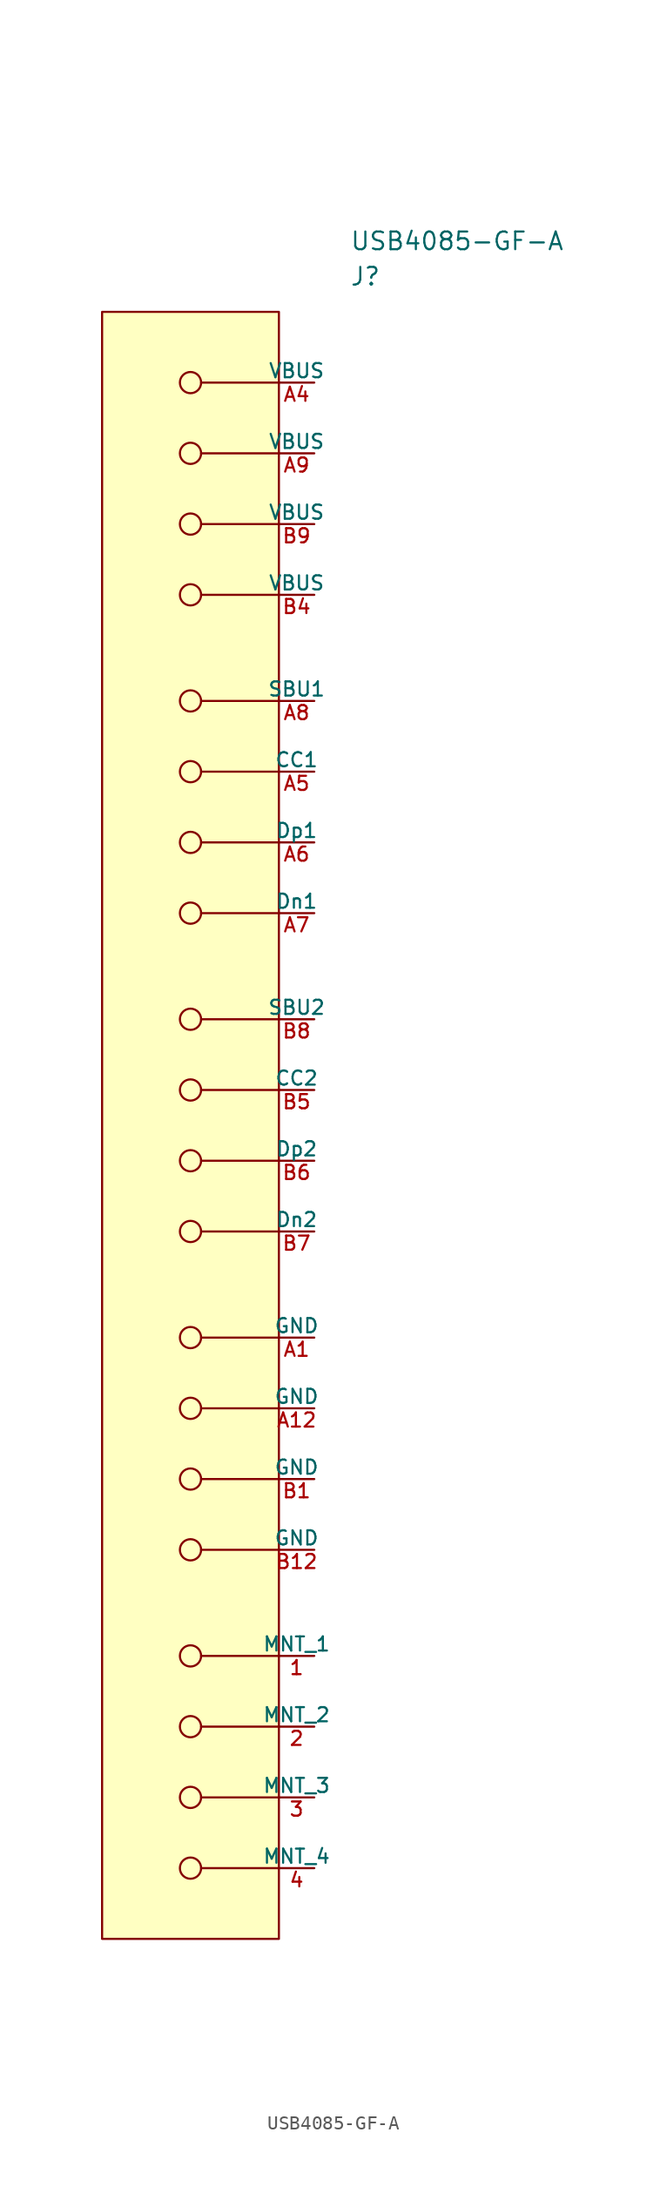
<source format=kicad_sym>
(kicad_symbol_lib
  (version 20211014)
  (generator kicad_symbol_editor)
  (symbol "USB4085-GF-A"
    (pin_names
      (offset 0))
    (property "Reference" "J"
      (at 0 7.62 0)
      (effects (font (size 1.27 1.27)) (justify left)))
    (property "Value" "USB4085-GF-A"
      (at 0 10.16 0)
      (effects (font (size 1.27 1.27)) (justify left)))
    (property "ki_locked" ""
      (at 0 0 0)
      (effects (font (size 1.27 1.27))))
    (symbol "USB4085-GF-A_1_1"
      (rectangle (start -17.78 5.08) (end -5.08 -111.76) (stroke (width 0) (type default) (color 0 0 0 0)) (fill (type background)))
      (circle (center -11.43 -106.68) (radius 0.762) (stroke (width 0) (type default) (color 0 0 0 0)) (fill (type none)))
      (circle (center -11.43 -101.6) (radius 0.762) (stroke (width 0) (type default) (color 0 0 0 0)) (fill (type none)))
      (circle (center -11.43 -96.52) (radius 0.762) (stroke (width 0) (type default) (color 0 0 0 0)) (fill (type none)))
      (circle (center -11.43 -91.44) (radius 0.762) (stroke (width 0) (type default) (color 0 0 0 0)) (fill (type none)))
      (circle (center -11.43 -83.82) (radius 0.762) (stroke (width 0) (type default) (color 0 0 0 0)) (fill (type none)))
      (circle (center -11.43 -78.74) (radius 0.762) (stroke (width 0) (type default) (color 0 0 0 0)) (fill (type none)))
      (circle (center -11.43 -73.66) (radius 0.762) (stroke (width 0) (type default) (color 0 0 0 0)) (fill (type none)))
      (circle (center -11.43 -68.58) (radius 0.762) (stroke (width 0) (type default) (color 0 0 0 0)) (fill (type none)))
      (circle (center -11.43 -60.96) (radius 0.762) (stroke (width 0) (type default) (color 0 0 0 0)) (fill (type none)))
      (circle (center -11.43 -55.88) (radius 0.762) (stroke (width 0) (type default) (color 0 0 0 0)) (fill (type none)))
      (circle (center -11.43 -50.8) (radius 0.762) (stroke (width 0) (type default) (color 0 0 0 0)) (fill (type none)))
      (circle (center -11.43 -45.72) (radius 0.762) (stroke (width 0) (type default) (color 0 0 0 0)) (fill (type none)))
      (circle (center -11.43 -38.1) (radius 0.762) (stroke (width 0) (type default) (color 0 0 0 0)) (fill (type none)))
      (circle (center -11.43 -33.02) (radius 0.762) (stroke (width 0) (type default) (color 0 0 0 0)) (fill (type none)))
      (circle (center -11.43 -27.94) (radius 0.762) (stroke (width 0) (type default) (color 0 0 0 0)) (fill (type none)))
      (circle (center -11.43 -22.86) (radius 0.762) (stroke (width 0) (type default) (color 0 0 0 0)) (fill (type none)))
      (circle (center -11.43 -15.24) (radius 0.762) (stroke (width 0) (type default) (color 0 0 0 0)) (fill (type none)))
      (circle (center -11.43 -10.16) (radius 0.762) (stroke (width 0) (type default) (color 0 0 0 0)) (fill (type none)))
      (circle (center -11.43 -5.08) (radius 0.762) (stroke (width 0) (type default) (color 0 0 0 0)) (fill (type none)))
      (circle (center -11.43 0) (radius 0.762) (stroke (width 0) (type default) (color 0 0 0 0)) (fill (type none)))
      (polyline (pts (xy -10.668 -106.68) (xy -5.08 -106.68)) (stroke (width 0) (type default) (color 0 0 0 0)) (fill (type none)))
      (polyline (pts (xy -10.668 -101.6) (xy -5.08 -101.6)) (stroke (width 0) (type default) (color 0 0 0 0)) (fill (type none)))
      (polyline (pts (xy -10.668 -96.52) (xy -5.08 -96.52)) (stroke (width 0) (type default) (color 0 0 0 0)) (fill (type none)))
      (polyline (pts (xy -10.668 -91.44) (xy -5.08 -91.44)) (stroke (width 0) (type default) (color 0 0 0 0)) (fill (type none)))
      (polyline (pts (xy -10.668 -83.82) (xy -5.08 -83.82)) (stroke (width 0) (type default) (color 0 0 0 0)) (fill (type none)))
      (polyline (pts (xy -10.668 -78.74) (xy -5.08 -78.74)) (stroke (width 0) (type default) (color 0 0 0 0)) (fill (type none)))
      (polyline (pts (xy -10.668 -73.66) (xy -5.08 -73.66)) (stroke (width 0) (type default) (color 0 0 0 0)) (fill (type none)))
      (polyline (pts (xy -10.668 -68.58) (xy -5.08 -68.58)) (stroke (width 0) (type default) (color 0 0 0 0)) (fill (type none)))
      (polyline (pts (xy -10.668 -60.96) (xy -5.08 -60.96)) (stroke (width 0) (type default) (color 0 0 0 0)) (fill (type none)))
      (polyline (pts (xy -10.668 -55.88) (xy -5.08 -55.88)) (stroke (width 0) (type default) (color 0 0 0 0)) (fill (type none)))
      (polyline (pts (xy -10.668 -50.8) (xy -5.08 -50.8)) (stroke (width 0) (type default) (color 0 0 0 0)) (fill (type none)))
      (polyline (pts (xy -10.668 -45.72) (xy -5.08 -45.72)) (stroke (width 0) (type default) (color 0 0 0 0)) (fill (type none)))
      (polyline (pts (xy -10.668 -38.1) (xy -5.08 -38.1)) (stroke (width 0) (type default) (color 0 0 0 0)) (fill (type none)))
      (polyline (pts (xy -10.668 -33.02) (xy -5.08 -33.02)) (stroke (width 0) (type default) (color 0 0 0 0)) (fill (type none)))
      (polyline (pts (xy -10.668 -27.94) (xy -5.08 -27.94)) (stroke (width 0) (type default) (color 0 0 0 0)) (fill (type none)))
      (polyline (pts (xy -10.668 -22.86) (xy -5.08 -22.86)) (stroke (width 0) (type default) (color 0 0 0 0)) (fill (type none)))
      (polyline (pts (xy -10.668 -15.24) (xy -5.08 -15.24)) (stroke (width 0) (type default) (color 0 0 0 0)) (fill (type none)))
      (polyline (pts (xy -10.668 -10.16) (xy -5.08 -10.16)) (stroke (width 0) (type default) (color 0 0 0 0)) (fill (type none)))
      (polyline (pts (xy -10.668 -5.08) (xy -5.08 -5.08)) (stroke (width 0) (type default) (color 0 0 0 0)) (fill (type none)))
      (polyline (pts (xy -10.668 0) (xy -5.08 0)) (stroke (width 0) (type default) (color 0 0 0 0)) (fill (type none)))
      (pin passive line (at -2.54 -91.44 180) (length 2.54) (name "MNT_1" (effects (font (size 1.016 1.016)))) (number "1" (effects (font (size 1.016 1.016)))))
      (pin passive line (at -2.54 -96.52 180) (length 2.54) (name "MNT_2" (effects (font (size 1.016 1.016)))) (number "2" (effects (font (size 1.016 1.016)))))
      (pin passive line (at -2.54 -101.6 180) (length 2.54) (name "MNT_3" (effects (font (size 1.016 1.016)))) (number "3" (effects (font (size 1.016 1.016)))))
      (pin passive line (at -2.54 -106.68 180) (length 2.54) (name "MNT_4" (effects (font (size 1.016 1.016)))) (number "4" (effects (font (size 1.016 1.016)))))
      (pin power_in line (at -2.54 -68.58 180) (length 2.54) (name "GND" (effects (font (size 1.016 1.016)))) (number "A1" (effects (font (size 1.016 1.016)))))
      (pin power_in line (at -2.54 -73.66 180) (length 2.54) (name "GND" (effects (font (size 1.016 1.016)))) (number "A12" (effects (font (size 1.016 1.016)))))
      (pin power_in line (at -2.54 0 180) (length 2.54) (name "VBUS" (effects (font (size 1.016 1.016)))) (number "A4" (effects (font (size 1.016 1.016)))))
      (pin bidirectional line (at -2.54 -27.94 180) (length 2.54) (name "CC1" (effects (font (size 1.016 1.016)))) (number "A5" (effects (font (size 1.016 1.016)))))
      (pin bidirectional line (at -2.54 -33.02 180) (length 2.54) (name "Dp1" (effects (font (size 1.016 1.016)))) (number "A6" (effects (font (size 1.016 1.016)))))
      (pin bidirectional line (at -2.54 -38.1 180) (length 2.54) (name "Dn1" (effects (font (size 1.016 1.016)))) (number "A7" (effects (font (size 1.016 1.016)))))
      (pin bidirectional line (at -2.54 -22.86 180) (length 2.54) (name "SBU1" (effects (font (size 1.016 1.016)))) (number "A8" (effects (font (size 1.016 1.016)))))
      (pin power_in line (at -2.54 -5.08 180) (length 2.54) (name "VBUS" (effects (font (size 1.016 1.016)))) (number "A9" (effects (font (size 1.016 1.016)))))
      (pin power_in line (at -2.54 -78.74 180) (length 2.54) (name "GND" (effects (font (size 1.016 1.016)))) (number "B1" (effects (font (size 1.016 1.016)))))
      (pin power_in line (at -2.54 -83.82 180) (length 2.54) (name "GND" (effects (font (size 1.016 1.016)))) (number "B12" (effects (font (size 1.016 1.016)))))
      (pin power_in line (at -2.54 -15.24 180) (length 2.54) (name "VBUS" (effects (font (size 1.016 1.016)))) (number "B4" (effects (font (size 1.016 1.016)))))
      (pin bidirectional line (at -2.54 -50.8 180) (length 2.54) (name "CC2" (effects (font (size 1.016 1.016)))) (number "B5" (effects (font (size 1.016 1.016)))))
      (pin bidirectional line (at -2.54 -55.88 180) (length 2.54) (name "Dp2" (effects (font (size 1.016 1.016)))) (number "B6" (effects (font (size 1.016 1.016)))))
      (pin bidirectional line (at -2.54 -60.96 180) (length 2.54) (name "Dn2" (effects (font (size 1.016 1.016)))) (number "B7" (effects (font (size 1.016 1.016)))))
      (pin bidirectional line (at -2.54 -45.72 180) (length 2.54) (name "SBU2" (effects (font (size 1.016 1.016)))) (number "B8" (effects (font (size 1.016 1.016)))))
      (pin power_in line (at -2.54 -10.16 180) (length 2.54) (name "VBUS" (effects (font (size 1.016 1.016)))) (number "B9" (effects (font (size 1.016 1.016))))))))
</source>
